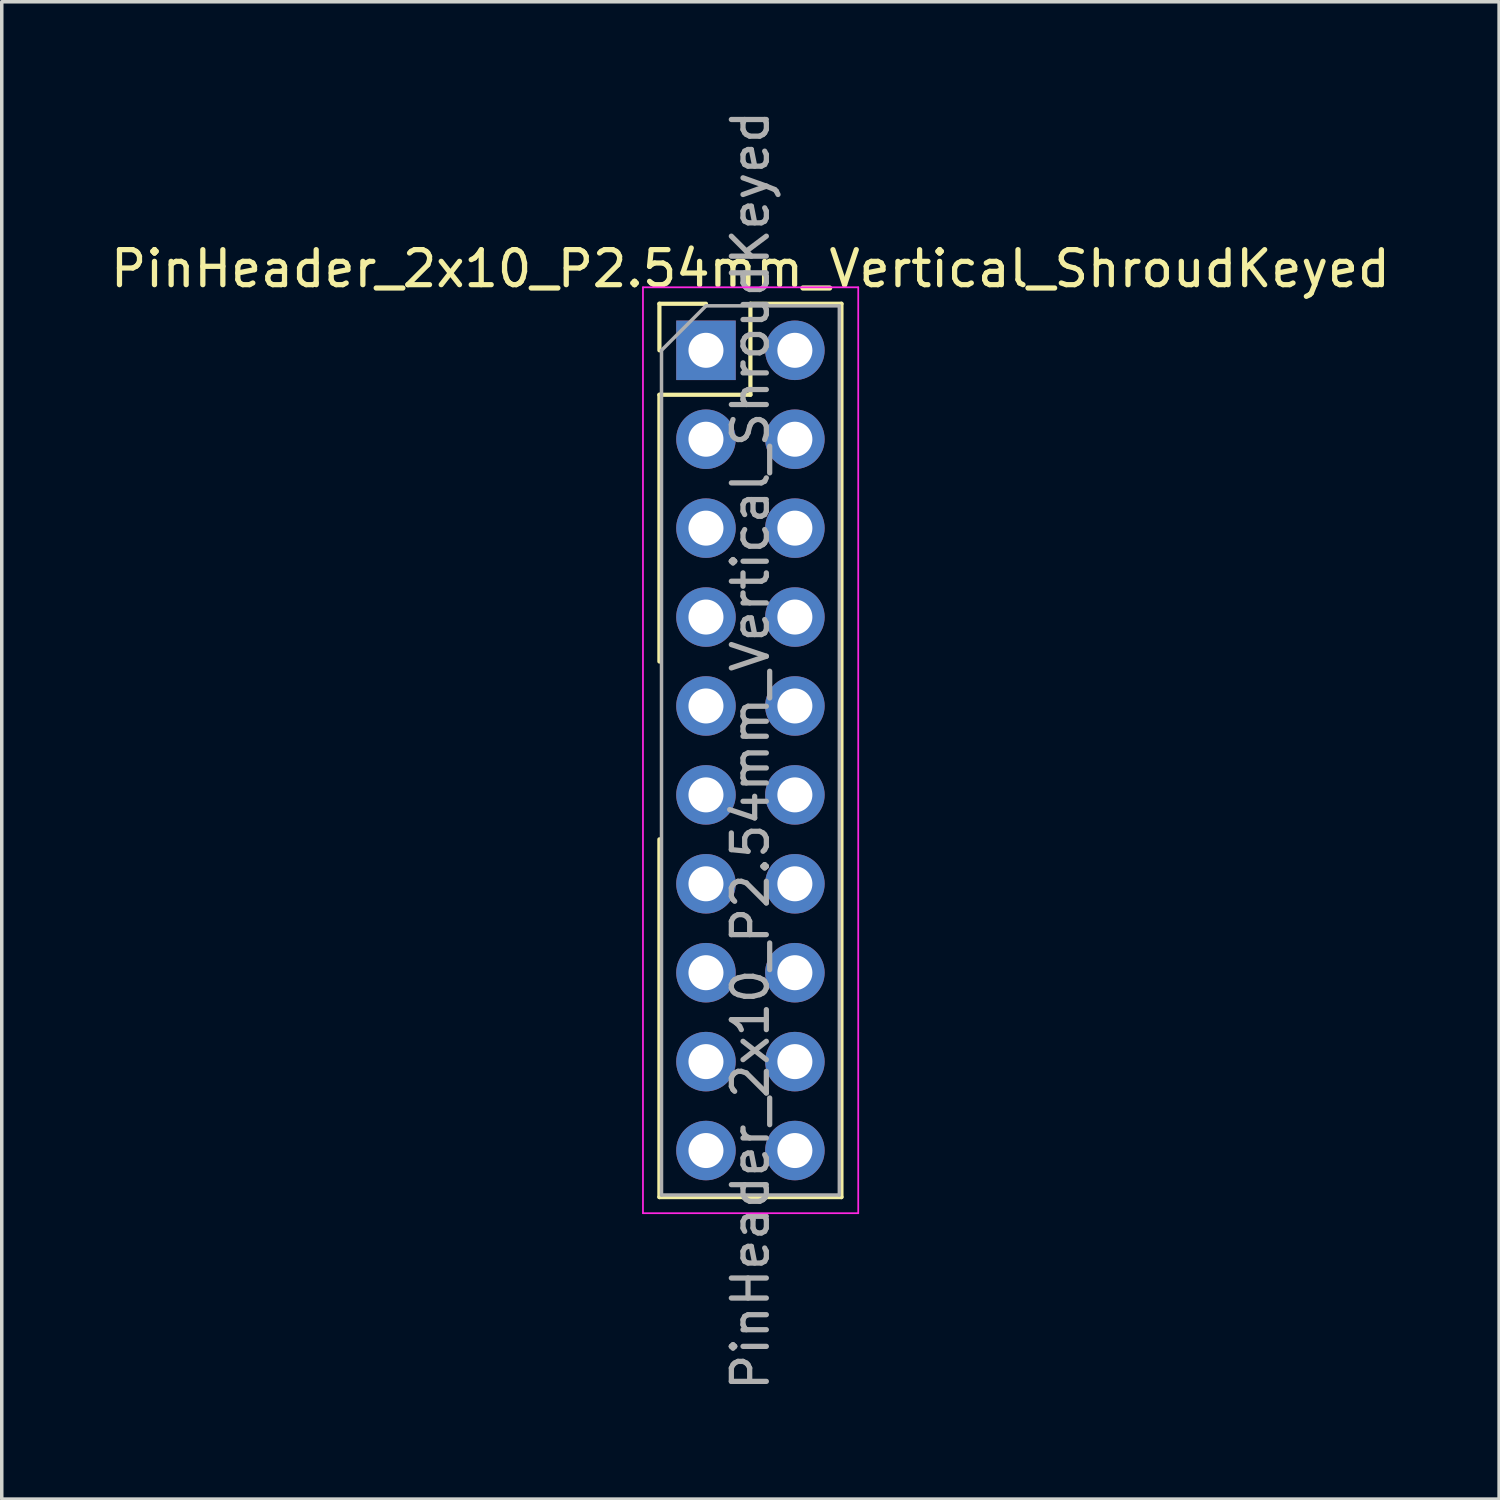
<source format=kicad_pcb>
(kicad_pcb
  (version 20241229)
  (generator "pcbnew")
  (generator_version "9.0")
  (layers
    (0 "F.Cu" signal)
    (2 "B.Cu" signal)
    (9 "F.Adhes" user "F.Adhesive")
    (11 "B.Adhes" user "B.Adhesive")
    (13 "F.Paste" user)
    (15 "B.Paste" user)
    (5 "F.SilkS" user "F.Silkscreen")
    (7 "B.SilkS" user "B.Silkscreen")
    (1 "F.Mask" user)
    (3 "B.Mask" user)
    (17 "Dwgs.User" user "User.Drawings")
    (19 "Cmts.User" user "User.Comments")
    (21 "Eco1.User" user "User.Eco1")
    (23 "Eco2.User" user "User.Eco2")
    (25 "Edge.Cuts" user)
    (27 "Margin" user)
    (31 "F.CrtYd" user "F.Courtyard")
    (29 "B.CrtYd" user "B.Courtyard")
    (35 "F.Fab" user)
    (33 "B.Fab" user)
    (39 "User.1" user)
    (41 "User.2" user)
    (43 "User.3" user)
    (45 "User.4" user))
  (footprint "PinHeader_2x10_P2.54mm_Vertical_ShroudKeyed"
    (layer "F.Cu")
    (at 17.117 6.957)
    (property "Reference" "PinHeader_2x10_P2.54mm_Vertical_ShroudKeyed" (at 1.27 -2.33 0) (layer "F.SilkS") (effects (font (size 1 1) (thickness 0.15))))
    (attr through_hole)
    (fp_line (start -1.33 -1.33) (end 0 -1.33) (stroke (width 0.12) (type solid)) (layer "F.SilkS"))
    (fp_line (start -1.33 0) (end -1.33 -1.33) (stroke (width 0.12) (type solid)) (layer "F.SilkS"))
    (fp_line (start -1.33 1.27) (end -1.33 8.89) (stroke (width 0.12) (type solid)) (layer "F.SilkS"))
    (fp_line (start -1.33 1.27) (end 1.27 1.27) (stroke (width 0.12) (type solid)) (layer "F.SilkS"))
    (fp_line (start -1.33 24.19) (end -1.33 13.97) (stroke (width 0.12) (type solid)) (layer "F.SilkS"))
    (fp_line (start -1.33 24.19) (end 3.87 24.19) (stroke (width 0.12) (type solid)) (layer "F.SilkS"))
    (fp_line (start 1.27 -1.33) (end 3.87 -1.33) (stroke (width 0.12) (type solid)) (layer "F.SilkS"))
    (fp_line (start 1.27 1.27) (end 1.27 -1.33) (stroke (width 0.12) (type solid)) (layer "F.SilkS"))
    (fp_line (start 3.87 -1.33) (end 3.87 24.19) (stroke (width 0.12) (type solid)) (layer "F.SilkS"))
    (fp_line (start -1.8 -1.8) (end -1.8 24.65) (stroke (width 0.05) (type solid)) (layer "F.CrtYd"))
    (fp_line (start -1.8 24.65) (end 4.35 24.65) (stroke (width 0.05) (type solid)) (layer "F.CrtYd"))
    (fp_line (start 4.35 -1.8) (end -1.8 -1.8) (stroke (width 0.05) (type solid)) (layer "F.CrtYd"))
    (fp_line (start 4.35 24.65) (end 4.35 -1.8) (stroke (width 0.05) (type solid)) (layer "F.CrtYd"))
    (fp_line (start -1.27 0) (end 0 -1.27) (stroke (width 0.1) (type solid)) (layer "F.Fab"))
    (fp_line (start -1.27 24.13) (end -1.27 0) (stroke (width 0.1) (type solid)) (layer "F.Fab"))
    (fp_line (start 0 -1.27) (end 3.81 -1.27) (stroke (width 0.1) (type solid)) (layer "F.Fab"))
    (fp_line (start 3.81 -1.27) (end 3.81 24.13) (stroke (width 0.1) (type solid)) (layer "F.Fab"))
    (fp_line (start 3.81 24.13) (end -1.27 24.13) (stroke (width 0.1) (type solid)) (layer "F.Fab"))
    (fp_text user "${REFERENCE}" (at 1.27 11.43 90) (layer "F.Fab") (effects (font (size 1 1) (thickness 0.15))))
    (pad "1" thru_hole rect (at 0 0) (size 1.7 1.7) (drill 1) (layers "*.Cu" "*.Mask"))
    (pad "2" thru_hole oval (at 2.54 0) (size 1.7 1.7) (drill 1) (layers "*.Cu" "*.Mask"))
    (pad "3" thru_hole oval (at 0 2.54) (size 1.7 1.7) (drill 1) (layers "*.Cu" "*.Mask"))
    (pad "4" thru_hole oval (at 2.54 2.54) (size 1.7 1.7) (drill 1) (layers "*.Cu" "*.Mask"))
    (pad "5" thru_hole oval (at 0 5.08) (size 1.7 1.7) (drill 1) (layers "*.Cu" "*.Mask"))
    (pad "6" thru_hole oval (at 2.54 5.08) (size 1.7 1.7) (drill 1) (layers "*.Cu" "*.Mask"))
    (pad "7" thru_hole oval (at 0 7.62) (size 1.7 1.7) (drill 1) (layers "*.Cu" "*.Mask"))
    (pad "8" thru_hole oval (at 2.54 7.62) (size 1.7 1.7) (drill 1) (layers "*.Cu" "*.Mask"))
    (pad "9" thru_hole oval (at 0 10.16) (size 1.7 1.7) (drill 1) (layers "*.Cu" "*.Mask"))
    (pad "10" thru_hole oval (at 2.54 10.16) (size 1.7 1.7) (drill 1) (layers "*.Cu" "*.Mask"))
    (pad "11" thru_hole oval (at 0 12.7) (size 1.7 1.7) (drill 1) (layers "*.Cu" "*.Mask"))
    (pad "12" thru_hole oval (at 2.54 12.7) (size 1.7 1.7) (drill 1) (layers "*.Cu" "*.Mask"))
    (pad "13" thru_hole oval (at 0 15.24) (size 1.7 1.7) (drill 1) (layers "*.Cu" "*.Mask"))
    (pad "14" thru_hole oval (at 2.54 15.24) (size 1.7 1.7) (drill 1) (layers "*.Cu" "*.Mask"))
    (pad "15" thru_hole oval (at 0 17.78) (size 1.7 1.7) (drill 1) (layers "*.Cu" "*.Mask"))
    (pad "16" thru_hole oval (at 2.54 17.78) (size 1.7 1.7) (drill 1) (layers "*.Cu" "*.Mask"))
    (pad "17" thru_hole oval (at 0 20.32) (size 1.7 1.7) (drill 1) (layers "*.Cu" "*.Mask"))
    (pad "18" thru_hole oval (at 2.54 20.32) (size 1.7 1.7) (drill 1) (layers "*.Cu" "*.Mask"))
    (pad "19" thru_hole oval (at 0 22.86) (size 1.7 1.7) (drill 1) (layers "*.Cu" "*.Mask"))
    (pad "20" thru_hole oval (at 2.54 22.86) (size 1.7 1.7) (drill 1) (layers "*.Cu" "*.Mask")))
  (gr_rect
    (start -3 -3)
    (end 39.774 39.774)
    (stroke (width 0.1) (type default))
    (fill no)
    (layer "Edge.Cuts")))
</source>
